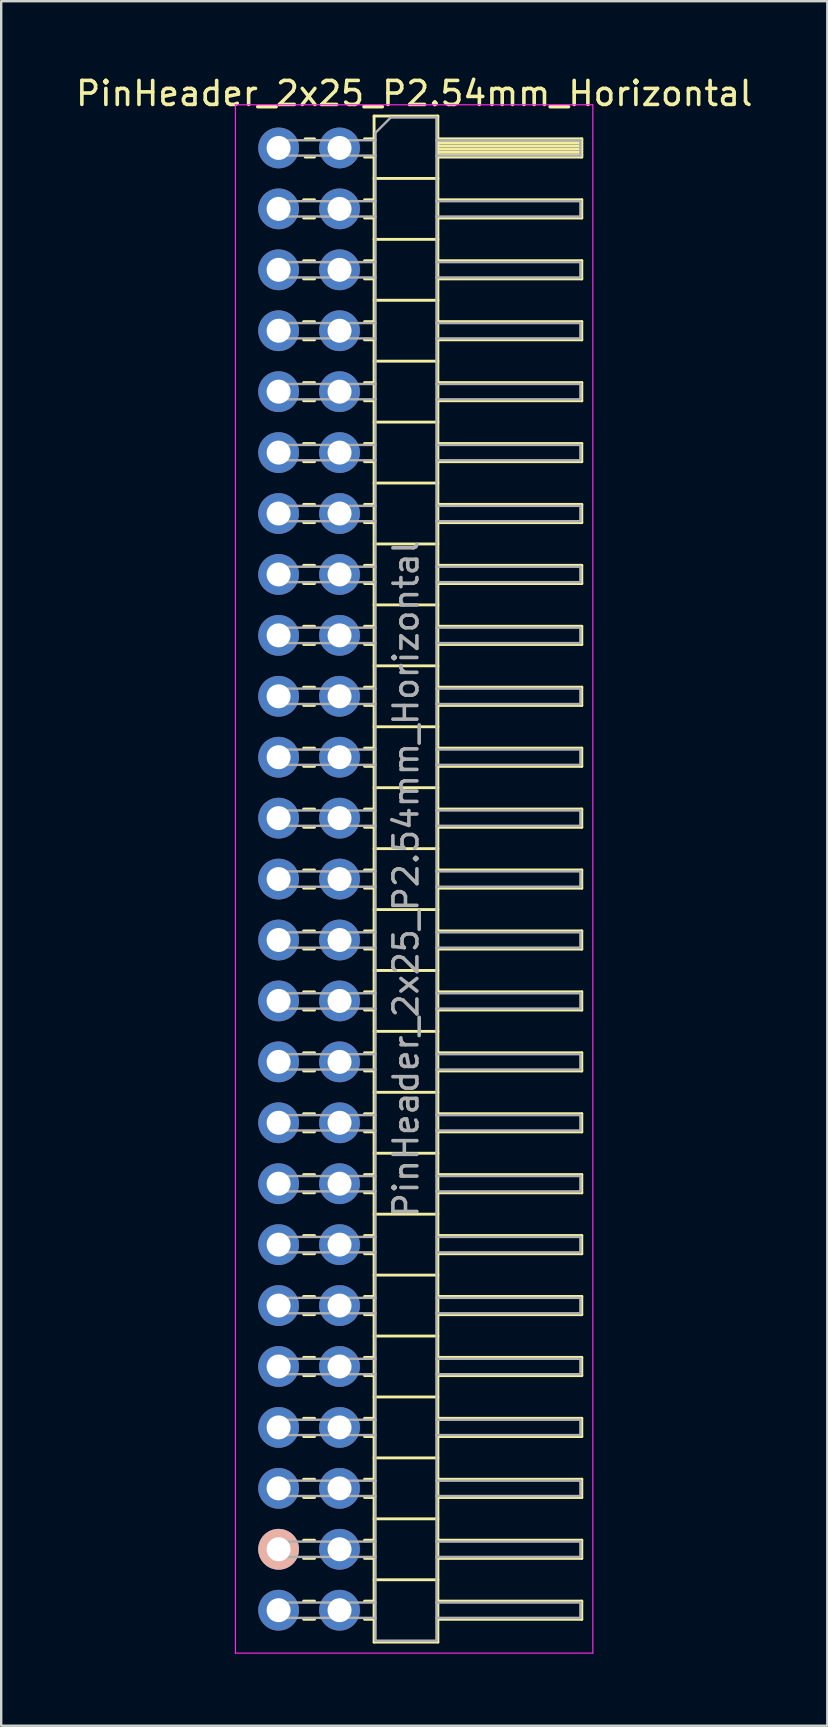
<source format=kicad_pcb>
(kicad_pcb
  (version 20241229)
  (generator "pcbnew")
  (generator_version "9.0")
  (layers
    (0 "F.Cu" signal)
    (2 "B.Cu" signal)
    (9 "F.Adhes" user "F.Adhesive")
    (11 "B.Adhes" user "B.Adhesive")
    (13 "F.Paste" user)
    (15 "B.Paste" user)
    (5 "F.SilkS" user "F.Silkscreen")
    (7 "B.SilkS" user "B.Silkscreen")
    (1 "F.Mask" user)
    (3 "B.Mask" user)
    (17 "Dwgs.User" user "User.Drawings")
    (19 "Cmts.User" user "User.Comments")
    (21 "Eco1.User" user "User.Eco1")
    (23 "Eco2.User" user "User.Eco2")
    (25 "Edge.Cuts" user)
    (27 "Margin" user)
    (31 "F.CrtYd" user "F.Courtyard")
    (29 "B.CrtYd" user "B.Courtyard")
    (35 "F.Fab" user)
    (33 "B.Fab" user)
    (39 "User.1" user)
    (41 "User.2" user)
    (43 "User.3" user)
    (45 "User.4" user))
  (footprint "PinHeader_2x25_P2.54mm_Horizontal"
    (layer "F.Cu")
    (at 8.565 3.118)
    (property "Reference" "PinHeader_2x25_P2.54mm_Horizontal" (at 5.655 -2.27 180) (layer "F.SilkS") (effects (font (size 1 1) (thickness 0.15))))
    (attr through_hole)
    (fp_line (start 1.043 2.16) (end 1.497 2.16) (stroke (width 0.12) (type solid)) (layer "F.SilkS"))
    (fp_line (start 1.043 2.92) (end 1.497 2.92) (stroke (width 0.12) (type solid)) (layer "F.SilkS"))
    (fp_line (start 1.043 4.7) (end 1.497 4.7) (stroke (width 0.12) (type solid)) (layer "F.SilkS"))
    (fp_line (start 1.043 5.46) (end 1.497 5.46) (stroke (width 0.12) (type solid)) (layer "F.SilkS"))
    (fp_line (start 1.043 7.24) (end 1.497 7.24) (stroke (width 0.12) (type solid)) (layer "F.SilkS"))
    (fp_line (start 1.043 8) (end 1.497 8) (stroke (width 0.12) (type solid)) (layer "F.SilkS"))
    (fp_line (start 1.043 9.78) (end 1.497 9.78) (stroke (width 0.12) (type solid)) (layer "F.SilkS"))
    (fp_line (start 1.043 10.54) (end 1.497 10.54) (stroke (width 0.12) (type solid)) (layer "F.SilkS"))
    (fp_line (start 1.043 12.32) (end 1.497 12.32) (stroke (width 0.12) (type solid)) (layer "F.SilkS"))
    (fp_line (start 1.043 13.08) (end 1.497 13.08) (stroke (width 0.12) (type solid)) (layer "F.SilkS"))
    (fp_line (start 1.043 14.86) (end 1.497 14.86) (stroke (width 0.12) (type solid)) (layer "F.SilkS"))
    (fp_line (start 1.043 15.62) (end 1.497 15.62) (stroke (width 0.12) (type solid)) (layer "F.SilkS"))
    (fp_line (start 1.043 17.4) (end 1.497 17.4) (stroke (width 0.12) (type solid)) (layer "F.SilkS"))
    (fp_line (start 1.043 18.16) (end 1.497 18.16) (stroke (width 0.12) (type solid)) (layer "F.SilkS"))
    (fp_line (start 1.043 19.94) (end 1.497 19.94) (stroke (width 0.12) (type solid)) (layer "F.SilkS"))
    (fp_line (start 1.043 20.7) (end 1.497 20.7) (stroke (width 0.12) (type solid)) (layer "F.SilkS"))
    (fp_line (start 1.043 22.48) (end 1.497 22.48) (stroke (width 0.12) (type solid)) (layer "F.SilkS"))
    (fp_line (start 1.043 23.24) (end 1.497 23.24) (stroke (width 0.12) (type solid)) (layer "F.SilkS"))
    (fp_line (start 1.043 25.02) (end 1.497 25.02) (stroke (width 0.12) (type solid)) (layer "F.SilkS"))
    (fp_line (start 1.043 25.78) (end 1.497 25.78) (stroke (width 0.12) (type solid)) (layer "F.SilkS"))
    (fp_line (start 1.043 27.56) (end 1.497 27.56) (stroke (width 0.12) (type solid)) (layer "F.SilkS"))
    (fp_line (start 1.043 28.32) (end 1.497 28.32) (stroke (width 0.12) (type solid)) (layer "F.SilkS"))
    (fp_line (start 1.043 30.1) (end 1.497 30.1) (stroke (width 0.12) (type solid)) (layer "F.SilkS"))
    (fp_line (start 1.043 30.86) (end 1.497 30.86) (stroke (width 0.12) (type solid)) (layer "F.SilkS"))
    (fp_line (start 1.043 32.64) (end 1.497 32.64) (stroke (width 0.12) (type solid)) (layer "F.SilkS"))
    (fp_line (start 1.043 33.4) (end 1.497 33.4) (stroke (width 0.12) (type solid)) (layer "F.SilkS"))
    (fp_line (start 1.043 35.18) (end 1.497 35.18) (stroke (width 0.12) (type solid)) (layer "F.SilkS"))
    (fp_line (start 1.043 35.94) (end 1.497 35.94) (stroke (width 0.12) (type solid)) (layer "F.SilkS"))
    (fp_line (start 1.043 37.72) (end 1.497 37.72) (stroke (width 0.12) (type solid)) (layer "F.SilkS"))
    (fp_line (start 1.043 38.48) (end 1.497 38.48) (stroke (width 0.12) (type solid)) (layer "F.SilkS"))
    (fp_line (start 1.043 40.26) (end 1.497 40.26) (stroke (width 0.12) (type solid)) (layer "F.SilkS"))
    (fp_line (start 1.043 41.02) (end 1.497 41.02) (stroke (width 0.12) (type solid)) (layer "F.SilkS"))
    (fp_line (start 1.043 42.8) (end 1.497 42.8) (stroke (width 0.12) (type solid)) (layer "F.SilkS"))
    (fp_line (start 1.043 43.56) (end 1.497 43.56) (stroke (width 0.12) (type solid)) (layer "F.SilkS"))
    (fp_line (start 1.043 45.34) (end 1.497 45.34) (stroke (width 0.12) (type solid)) (layer "F.SilkS"))
    (fp_line (start 1.043 46.1) (end 1.497 46.1) (stroke (width 0.12) (type solid)) (layer "F.SilkS"))
    (fp_line (start 1.043 47.88) (end 1.497 47.88) (stroke (width 0.12) (type solid)) (layer "F.SilkS"))
    (fp_line (start 1.043 48.64) (end 1.497 48.64) (stroke (width 0.12) (type solid)) (layer "F.SilkS"))
    (fp_line (start 1.043 50.42) (end 1.497 50.42) (stroke (width 0.12) (type solid)) (layer "F.SilkS"))
    (fp_line (start 1.043 51.18) (end 1.497 51.18) (stroke (width 0.12) (type solid)) (layer "F.SilkS"))
    (fp_line (start 1.043 52.96) (end 1.497 52.96) (stroke (width 0.12) (type solid)) (layer "F.SilkS"))
    (fp_line (start 1.043 53.72) (end 1.497 53.72) (stroke (width 0.12) (type solid)) (layer "F.SilkS"))
    (fp_line (start 1.043 55.5) (end 1.497 55.5) (stroke (width 0.12) (type solid)) (layer "F.SilkS"))
    (fp_line (start 1.043 56.26) (end 1.497 56.26) (stroke (width 0.12) (type solid)) (layer "F.SilkS"))
    (fp_line (start 1.043 58.04) (end 1.497 58.04) (stroke (width 0.12) (type solid)) (layer "F.SilkS"))
    (fp_line (start 1.043 58.8) (end 1.497 58.8) (stroke (width 0.12) (type solid)) (layer "F.SilkS"))
    (fp_line (start 1.043 60.58) (end 1.497 60.58) (stroke (width 0.12) (type solid)) (layer "F.SilkS"))
    (fp_line (start 1.043 61.34) (end 1.497 61.34) (stroke (width 0.12) (type solid)) (layer "F.SilkS"))
    (fp_line (start 1.11 -0.38) (end 1.497 -0.38) (stroke (width 0.12) (type solid)) (layer "F.SilkS"))
    (fp_line (start 1.11 0.38) (end 1.497 0.38) (stroke (width 0.12) (type solid)) (layer "F.SilkS"))
    (fp_line (start 3.583 -0.38) (end 3.98 -0.38) (stroke (width 0.12) (type solid)) (layer "F.SilkS"))
    (fp_line (start 3.583 0.38) (end 3.98 0.38) (stroke (width 0.12) (type solid)) (layer "F.SilkS"))
    (fp_line (start 3.583 2.16) (end 3.98 2.16) (stroke (width 0.12) (type solid)) (layer "F.SilkS"))
    (fp_line (start 3.583 2.92) (end 3.98 2.92) (stroke (width 0.12) (type solid)) (layer "F.SilkS"))
    (fp_line (start 3.583 4.7) (end 3.98 4.7) (stroke (width 0.12) (type solid)) (layer "F.SilkS"))
    (fp_line (start 3.583 5.46) (end 3.98 5.46) (stroke (width 0.12) (type solid)) (layer "F.SilkS"))
    (fp_line (start 3.583 7.24) (end 3.98 7.24) (stroke (width 0.12) (type solid)) (layer "F.SilkS"))
    (fp_line (start 3.583 8) (end 3.98 8) (stroke (width 0.12) (type solid)) (layer "F.SilkS"))
    (fp_line (start 3.583 9.78) (end 3.98 9.78) (stroke (width 0.12) (type solid)) (layer "F.SilkS"))
    (fp_line (start 3.583 10.54) (end 3.98 10.54) (stroke (width 0.12) (type solid)) (layer "F.SilkS"))
    (fp_line (start 3.583 12.32) (end 3.98 12.32) (stroke (width 0.12) (type solid)) (layer "F.SilkS"))
    (fp_line (start 3.583 13.08) (end 3.98 13.08) (stroke (width 0.12) (type solid)) (layer "F.SilkS"))
    (fp_line (start 3.583 14.86) (end 3.98 14.86) (stroke (width 0.12) (type solid)) (layer "F.SilkS"))
    (fp_line (start 3.583 15.62) (end 3.98 15.62) (stroke (width 0.12) (type solid)) (layer "F.SilkS"))
    (fp_line (start 3.583 17.4) (end 3.98 17.4) (stroke (width 0.12) (type solid)) (layer "F.SilkS"))
    (fp_line (start 3.583 18.16) (end 3.98 18.16) (stroke (width 0.12) (type solid)) (layer "F.SilkS"))
    (fp_line (start 3.583 19.94) (end 3.98 19.94) (stroke (width 0.12) (type solid)) (layer "F.SilkS"))
    (fp_line (start 3.583 20.7) (end 3.98 20.7) (stroke (width 0.12) (type solid)) (layer "F.SilkS"))
    (fp_line (start 3.583 22.48) (end 3.98 22.48) (stroke (width 0.12) (type solid)) (layer "F.SilkS"))
    (fp_line (start 3.583 23.24) (end 3.98 23.24) (stroke (width 0.12) (type solid)) (layer "F.SilkS"))
    (fp_line (start 3.583 25.02) (end 3.98 25.02) (stroke (width 0.12) (type solid)) (layer "F.SilkS"))
    (fp_line (start 3.583 25.78) (end 3.98 25.78) (stroke (width 0.12) (type solid)) (layer "F.SilkS"))
    (fp_line (start 3.583 27.56) (end 3.98 27.56) (stroke (width 0.12) (type solid)) (layer "F.SilkS"))
    (fp_line (start 3.583 28.32) (end 3.98 28.32) (stroke (width 0.12) (type solid)) (layer "F.SilkS"))
    (fp_line (start 3.583 30.1) (end 3.98 30.1) (stroke (width 0.12) (type solid)) (layer "F.SilkS"))
    (fp_line (start 3.583 30.86) (end 3.98 30.86) (stroke (width 0.12) (type solid)) (layer "F.SilkS"))
    (fp_line (start 3.583 32.64) (end 3.98 32.64) (stroke (width 0.12) (type solid)) (layer "F.SilkS"))
    (fp_line (start 3.583 33.4) (end 3.98 33.4) (stroke (width 0.12) (type solid)) (layer "F.SilkS"))
    (fp_line (start 3.583 35.18) (end 3.98 35.18) (stroke (width 0.12) (type solid)) (layer "F.SilkS"))
    (fp_line (start 3.583 35.94) (end 3.98 35.94) (stroke (width 0.12) (type solid)) (layer "F.SilkS"))
    (fp_line (start 3.583 37.72) (end 3.98 37.72) (stroke (width 0.12) (type solid)) (layer "F.SilkS"))
    (fp_line (start 3.583 38.48) (end 3.98 38.48) (stroke (width 0.12) (type solid)) (layer "F.SilkS"))
    (fp_line (start 3.583 40.26) (end 3.98 40.26) (stroke (width 0.12) (type solid)) (layer "F.SilkS"))
    (fp_line (start 3.583 41.02) (end 3.98 41.02) (stroke (width 0.12) (type solid)) (layer "F.SilkS"))
    (fp_line (start 3.583 42.8) (end 3.98 42.8) (stroke (width 0.12) (type solid)) (layer "F.SilkS"))
    (fp_line (start 3.583 43.56) (end 3.98 43.56) (stroke (width 0.12) (type solid)) (layer "F.SilkS"))
    (fp_line (start 3.583 45.34) (end 3.98 45.34) (stroke (width 0.12) (type solid)) (layer "F.SilkS"))
    (fp_line (start 3.583 46.1) (end 3.98 46.1) (stroke (width 0.12) (type solid)) (layer "F.SilkS"))
    (fp_line (start 3.583 47.88) (end 3.98 47.88) (stroke (width 0.12) (type solid)) (layer "F.SilkS"))
    (fp_line (start 3.583 48.64) (end 3.98 48.64) (stroke (width 0.12) (type solid)) (layer "F.SilkS"))
    (fp_line (start 3.583 50.42) (end 3.98 50.42) (stroke (width 0.12) (type solid)) (layer "F.SilkS"))
    (fp_line (start 3.583 51.18) (end 3.98 51.18) (stroke (width 0.12) (type solid)) (layer "F.SilkS"))
    (fp_line (start 3.583 52.96) (end 3.98 52.96) (stroke (width 0.12) (type solid)) (layer "F.SilkS"))
    (fp_line (start 3.583 53.72) (end 3.98 53.72) (stroke (width 0.12) (type solid)) (layer "F.SilkS"))
    (fp_line (start 3.583 55.5) (end 3.98 55.5) (stroke (width 0.12) (type solid)) (layer "F.SilkS"))
    (fp_line (start 3.583 56.26) (end 3.98 56.26) (stroke (width 0.12) (type solid)) (layer "F.SilkS"))
    (fp_line (start 3.583 58.04) (end 3.98 58.04) (stroke (width 0.12) (type solid)) (layer "F.SilkS"))
    (fp_line (start 3.583 58.8) (end 3.98 58.8) (stroke (width 0.12) (type solid)) (layer "F.SilkS"))
    (fp_line (start 3.583 60.58) (end 3.98 60.58) (stroke (width 0.12) (type solid)) (layer "F.SilkS"))
    (fp_line (start 3.583 61.34) (end 3.98 61.34) (stroke (width 0.12) (type solid)) (layer "F.SilkS"))
    (fp_line (start 3.98 -1.33) (end 3.98 62.29) (stroke (width 0.12) (type solid)) (layer "F.SilkS"))
    (fp_line (start 3.98 1.27) (end 6.64 1.27) (stroke (width 0.12) (type solid)) (layer "F.SilkS"))
    (fp_line (start 3.98 3.81) (end 6.64 3.81) (stroke (width 0.12) (type solid)) (layer "F.SilkS"))
    (fp_line (start 3.98 6.35) (end 6.64 6.35) (stroke (width 0.12) (type solid)) (layer "F.SilkS"))
    (fp_line (start 3.98 8.89) (end 6.64 8.89) (stroke (width 0.12) (type solid)) (layer "F.SilkS"))
    (fp_line (start 3.98 11.43) (end 6.64 11.43) (stroke (width 0.12) (type solid)) (layer "F.SilkS"))
    (fp_line (start 3.98 13.97) (end 6.64 13.97) (stroke (width 0.12) (type solid)) (layer "F.SilkS"))
    (fp_line (start 3.98 16.51) (end 6.64 16.51) (stroke (width 0.12) (type solid)) (layer "F.SilkS"))
    (fp_line (start 3.98 19.05) (end 6.64 19.05) (stroke (width 0.12) (type solid)) (layer "F.SilkS"))
    (fp_line (start 3.98 21.59) (end 6.64 21.59) (stroke (width 0.12) (type solid)) (layer "F.SilkS"))
    (fp_line (start 3.98 24.13) (end 6.64 24.13) (stroke (width 0.12) (type solid)) (layer "F.SilkS"))
    (fp_line (start 3.98 26.67) (end 6.64 26.67) (stroke (width 0.12) (type solid)) (layer "F.SilkS"))
    (fp_line (start 3.98 29.21) (end 6.64 29.21) (stroke (width 0.12) (type solid)) (layer "F.SilkS"))
    (fp_line (start 3.98 31.75) (end 6.64 31.75) (stroke (width 0.12) (type solid)) (layer "F.SilkS"))
    (fp_line (start 3.98 34.29) (end 6.64 34.29) (stroke (width 0.12) (type solid)) (layer "F.SilkS"))
    (fp_line (start 3.98 36.83) (end 6.64 36.83) (stroke (width 0.12) (type solid)) (layer "F.SilkS"))
    (fp_line (start 3.98 39.37) (end 6.64 39.37) (stroke (width 0.12) (type solid)) (layer "F.SilkS"))
    (fp_line (start 3.98 41.91) (end 6.64 41.91) (stroke (width 0.12) (type solid)) (layer "F.SilkS"))
    (fp_line (start 3.98 44.45) (end 6.64 44.45) (stroke (width 0.12) (type solid)) (layer "F.SilkS"))
    (fp_line (start 3.98 46.99) (end 6.64 46.99) (stroke (width 0.12) (type solid)) (layer "F.SilkS"))
    (fp_line (start 3.98 49.53) (end 6.64 49.53) (stroke (width 0.12) (type solid)) (layer "F.SilkS"))
    (fp_line (start 3.98 52.07) (end 6.64 52.07) (stroke (width 0.12) (type solid)) (layer "F.SilkS"))
    (fp_line (start 3.98 54.61) (end 6.64 54.61) (stroke (width 0.12) (type solid)) (layer "F.SilkS"))
    (fp_line (start 3.98 57.15) (end 6.64 57.15) (stroke (width 0.12) (type solid)) (layer "F.SilkS"))
    (fp_line (start 3.98 59.69) (end 6.64 59.69) (stroke (width 0.12) (type solid)) (layer "F.SilkS"))
    (fp_line (start 3.98 62.29) (end 6.64 62.29) (stroke (width 0.12) (type solid)) (layer "F.SilkS"))
    (fp_line (start 6.64 -1.33) (end 3.98 -1.33) (stroke (width 0.12) (type solid)) (layer "F.SilkS"))
    (fp_line (start 6.64 -0.38) (end 12.64 -0.38) (stroke (width 0.12) (type solid)) (layer "F.SilkS"))
    (fp_line (start 6.64 -0.32) (end 12.64 -0.32) (stroke (width 0.12) (type solid)) (layer "F.SilkS"))
    (fp_line (start 6.64 -0.2) (end 12.64 -0.2) (stroke (width 0.12) (type solid)) (layer "F.SilkS"))
    (fp_line (start 6.64 -0.08) (end 12.64 -0.08) (stroke (width 0.12) (type solid)) (layer "F.SilkS"))
    (fp_line (start 6.64 0.04) (end 12.64 0.04) (stroke (width 0.12) (type solid)) (layer "F.SilkS"))
    (fp_line (start 6.64 0.16) (end 12.64 0.16) (stroke (width 0.12) (type solid)) (layer "F.SilkS"))
    (fp_line (start 6.64 0.28) (end 12.64 0.28) (stroke (width 0.12) (type solid)) (layer "F.SilkS"))
    (fp_line (start 6.64 2.16) (end 12.64 2.16) (stroke (width 0.12) (type solid)) (layer "F.SilkS"))
    (fp_line (start 6.64 4.7) (end 12.64 4.7) (stroke (width 0.12) (type solid)) (layer "F.SilkS"))
    (fp_line (start 6.64 7.24) (end 12.64 7.24) (stroke (width 0.12) (type solid)) (layer "F.SilkS"))
    (fp_line (start 6.64 9.78) (end 12.64 9.78) (stroke (width 0.12) (type solid)) (layer "F.SilkS"))
    (fp_line (start 6.64 12.32) (end 12.64 12.32) (stroke (width 0.12) (type solid)) (layer "F.SilkS"))
    (fp_line (start 6.64 14.86) (end 12.64 14.86) (stroke (width 0.12) (type solid)) (layer "F.SilkS"))
    (fp_line (start 6.64 17.4) (end 12.64 17.4) (stroke (width 0.12) (type solid)) (layer "F.SilkS"))
    (fp_line (start 6.64 19.94) (end 12.64 19.94) (stroke (width 0.12) (type solid)) (layer "F.SilkS"))
    (fp_line (start 6.64 22.48) (end 12.64 22.48) (stroke (width 0.12) (type solid)) (layer "F.SilkS"))
    (fp_line (start 6.64 25.02) (end 12.64 25.02) (stroke (width 0.12) (type solid)) (layer "F.SilkS"))
    (fp_line (start 6.64 27.56) (end 12.64 27.56) (stroke (width 0.12) (type solid)) (layer "F.SilkS"))
    (fp_line (start 6.64 30.1) (end 12.64 30.1) (stroke (width 0.12) (type solid)) (layer "F.SilkS"))
    (fp_line (start 6.64 32.64) (end 12.64 32.64) (stroke (width 0.12) (type solid)) (layer "F.SilkS"))
    (fp_line (start 6.64 35.18) (end 12.64 35.18) (stroke (width 0.12) (type solid)) (layer "F.SilkS"))
    (fp_line (start 6.64 37.72) (end 12.64 37.72) (stroke (width 0.12) (type solid)) (layer "F.SilkS"))
    (fp_line (start 6.64 40.26) (end 12.64 40.26) (stroke (width 0.12) (type solid)) (layer "F.SilkS"))
    (fp_line (start 6.64 42.8) (end 12.64 42.8) (stroke (width 0.12) (type solid)) (layer "F.SilkS"))
    (fp_line (start 6.64 45.34) (end 12.64 45.34) (stroke (width 0.12) (type solid)) (layer "F.SilkS"))
    (fp_line (start 6.64 47.88) (end 12.64 47.88) (stroke (width 0.12) (type solid)) (layer "F.SilkS"))
    (fp_line (start 6.64 50.42) (end 12.64 50.42) (stroke (width 0.12) (type solid)) (layer "F.SilkS"))
    (fp_line (start 6.64 52.96) (end 12.64 52.96) (stroke (width 0.12) (type solid)) (layer "F.SilkS"))
    (fp_line (start 6.64 55.5) (end 12.64 55.5) (stroke (width 0.12) (type solid)) (layer "F.SilkS"))
    (fp_line (start 6.64 58.04) (end 12.64 58.04) (stroke (width 0.12) (type solid)) (layer "F.SilkS"))
    (fp_line (start 6.64 60.58) (end 12.64 60.58) (stroke (width 0.12) (type solid)) (layer "F.SilkS"))
    (fp_line (start 6.64 62.29) (end 6.64 -1.33) (stroke (width 0.12) (type solid)) (layer "F.SilkS"))
    (fp_line (start 12.64 -0.38) (end 12.64 0.38) (stroke (width 0.12) (type solid)) (layer "F.SilkS"))
    (fp_line (start 12.64 0.38) (end 6.64 0.38) (stroke (width 0.12) (type solid)) (layer "F.SilkS"))
    (fp_line (start 12.64 2.16) (end 12.64 2.92) (stroke (width 0.12) (type solid)) (layer "F.SilkS"))
    (fp_line (start 12.64 2.92) (end 6.64 2.92) (stroke (width 0.12) (type solid)) (layer "F.SilkS"))
    (fp_line (start 12.64 4.7) (end 12.64 5.46) (stroke (width 0.12) (type solid)) (layer "F.SilkS"))
    (fp_line (start 12.64 5.46) (end 6.64 5.46) (stroke (width 0.12) (type solid)) (layer "F.SilkS"))
    (fp_line (start 12.64 7.24) (end 12.64 8) (stroke (width 0.12) (type solid)) (layer "F.SilkS"))
    (fp_line (start 12.64 8) (end 6.64 8) (stroke (width 0.12) (type solid)) (layer "F.SilkS"))
    (fp_line (start 12.64 9.78) (end 12.64 10.54) (stroke (width 0.12) (type solid)) (layer "F.SilkS"))
    (fp_line (start 12.64 10.54) (end 6.64 10.54) (stroke (width 0.12) (type solid)) (layer "F.SilkS"))
    (fp_line (start 12.64 12.32) (end 12.64 13.08) (stroke (width 0.12) (type solid)) (layer "F.SilkS"))
    (fp_line (start 12.64 13.08) (end 6.64 13.08) (stroke (width 0.12) (type solid)) (layer "F.SilkS"))
    (fp_line (start 12.64 14.86) (end 12.64 15.62) (stroke (width 0.12) (type solid)) (layer "F.SilkS"))
    (fp_line (start 12.64 15.62) (end 6.64 15.62) (stroke (width 0.12) (type solid)) (layer "F.SilkS"))
    (fp_line (start 12.64 17.4) (end 12.64 18.16) (stroke (width 0.12) (type solid)) (layer "F.SilkS"))
    (fp_line (start 12.64 18.16) (end 6.64 18.16) (stroke (width 0.12) (type solid)) (layer "F.SilkS"))
    (fp_line (start 12.64 19.94) (end 12.64 20.7) (stroke (width 0.12) (type solid)) (layer "F.SilkS"))
    (fp_line (start 12.64 20.7) (end 6.64 20.7) (stroke (width 0.12) (type solid)) (layer "F.SilkS"))
    (fp_line (start 12.64 22.48) (end 12.64 23.24) (stroke (width 0.12) (type solid)) (layer "F.SilkS"))
    (fp_line (start 12.64 23.24) (end 6.64 23.24) (stroke (width 0.12) (type solid)) (layer "F.SilkS"))
    (fp_line (start 12.64 25.02) (end 12.64 25.78) (stroke (width 0.12) (type solid)) (layer "F.SilkS"))
    (fp_line (start 12.64 25.78) (end 6.64 25.78) (stroke (width 0.12) (type solid)) (layer "F.SilkS"))
    (fp_line (start 12.64 27.56) (end 12.64 28.32) (stroke (width 0.12) (type solid)) (layer "F.SilkS"))
    (fp_line (start 12.64 28.32) (end 6.64 28.32) (stroke (width 0.12) (type solid)) (layer "F.SilkS"))
    (fp_line (start 12.64 30.1) (end 12.64 30.86) (stroke (width 0.12) (type solid)) (layer "F.SilkS"))
    (fp_line (start 12.64 30.86) (end 6.64 30.86) (stroke (width 0.12) (type solid)) (layer "F.SilkS"))
    (fp_line (start 12.64 32.64) (end 12.64 33.4) (stroke (width 0.12) (type solid)) (layer "F.SilkS"))
    (fp_line (start 12.64 33.4) (end 6.64 33.4) (stroke (width 0.12) (type solid)) (layer "F.SilkS"))
    (fp_line (start 12.64 35.18) (end 12.64 35.94) (stroke (width 0.12) (type solid)) (layer "F.SilkS"))
    (fp_line (start 12.64 35.94) (end 6.64 35.94) (stroke (width 0.12) (type solid)) (layer "F.SilkS"))
    (fp_line (start 12.64 37.72) (end 12.64 38.48) (stroke (width 0.12) (type solid)) (layer "F.SilkS"))
    (fp_line (start 12.64 38.48) (end 6.64 38.48) (stroke (width 0.12) (type solid)) (layer "F.SilkS"))
    (fp_line (start 12.64 40.26) (end 12.64 41.02) (stroke (width 0.12) (type solid)) (layer "F.SilkS"))
    (fp_line (start 12.64 41.02) (end 6.64 41.02) (stroke (width 0.12) (type solid)) (layer "F.SilkS"))
    (fp_line (start 12.64 42.8) (end 12.64 43.56) (stroke (width 0.12) (type solid)) (layer "F.SilkS"))
    (fp_line (start 12.64 43.56) (end 6.64 43.56) (stroke (width 0.12) (type solid)) (layer "F.SilkS"))
    (fp_line (start 12.64 45.34) (end 12.64 46.1) (stroke (width 0.12) (type solid)) (layer "F.SilkS"))
    (fp_line (start 12.64 46.1) (end 6.64 46.1) (stroke (width 0.12) (type solid)) (layer "F.SilkS"))
    (fp_line (start 12.64 47.88) (end 12.64 48.64) (stroke (width 0.12) (type solid)) (layer "F.SilkS"))
    (fp_line (start 12.64 48.64) (end 6.64 48.64) (stroke (width 0.12) (type solid)) (layer "F.SilkS"))
    (fp_line (start 12.64 50.42) (end 12.64 51.18) (stroke (width 0.12) (type solid)) (layer "F.SilkS"))
    (fp_line (start 12.64 51.18) (end 6.64 51.18) (stroke (width 0.12) (type solid)) (layer "F.SilkS"))
    (fp_line (start 12.64 52.96) (end 12.64 53.72) (stroke (width 0.12) (type solid)) (layer "F.SilkS"))
    (fp_line (start 12.64 53.72) (end 6.64 53.72) (stroke (width 0.12) (type solid)) (layer "F.SilkS"))
    (fp_line (start 12.64 55.5) (end 12.64 56.26) (stroke (width 0.12) (type solid)) (layer "F.SilkS"))
    (fp_line (start 12.64 56.26) (end 6.64 56.26) (stroke (width 0.12) (type solid)) (layer "F.SilkS"))
    (fp_line (start 12.64 58.04) (end 12.64 58.8) (stroke (width 0.12) (type solid)) (layer "F.SilkS"))
    (fp_line (start 12.64 58.8) (end 6.64 58.8) (stroke (width 0.12) (type solid)) (layer "F.SilkS"))
    (fp_line (start 12.64 60.58) (end 12.64 61.34) (stroke (width 0.12) (type solid)) (layer "F.SilkS"))
    (fp_line (start 12.64 61.34) (end 6.64 61.34) (stroke (width 0.12) (type solid)) (layer "F.SilkS"))
    (fp_line (start -1.8 -1.8) (end -1.8 62.75) (stroke (width 0.05) (type solid)) (layer "F.CrtYd"))
    (fp_line (start -1.8 62.75) (end 13.1 62.75) (stroke (width 0.05) (type solid)) (layer "F.CrtYd"))
    (fp_line (start 13.1 -1.8) (end -1.8 -1.8) (stroke (width 0.05) (type solid)) (layer "F.CrtYd"))
    (fp_line (start 13.1 62.75) (end 13.1 -1.8) (stroke (width 0.05) (type solid)) (layer "F.CrtYd"))
    (fp_line (start -0.32 -0.32) (end -0.32 0.32) (stroke (width 0.1) (type solid)) (layer "F.Fab"))
    (fp_line (start -0.32 -0.32) (end 4.04 -0.32) (stroke (width 0.1) (type solid)) (layer "F.Fab"))
    (fp_line (start -0.32 0.32) (end 4.04 0.32) (stroke (width 0.1) (type solid)) (layer "F.Fab"))
    (fp_line (start -0.32 2.22) (end -0.32 2.86) (stroke (width 0.1) (type solid)) (layer "F.Fab"))
    (fp_line (start -0.32 2.22) (end 4.04 2.22) (stroke (width 0.1) (type solid)) (layer "F.Fab"))
    (fp_line (start -0.32 2.86) (end 4.04 2.86) (stroke (width 0.1) (type solid)) (layer "F.Fab"))
    (fp_line (start -0.32 4.76) (end -0.32 5.4) (stroke (width 0.1) (type solid)) (layer "F.Fab"))
    (fp_line (start -0.32 4.76) (end 4.04 4.76) (stroke (width 0.1) (type solid)) (layer "F.Fab"))
    (fp_line (start -0.32 5.4) (end 4.04 5.4) (stroke (width 0.1) (type solid)) (layer "F.Fab"))
    (fp_line (start -0.32 7.3) (end -0.32 7.94) (stroke (width 0.1) (type solid)) (layer "F.Fab"))
    (fp_line (start -0.32 7.3) (end 4.04 7.3) (stroke (width 0.1) (type solid)) (layer "F.Fab"))
    (fp_line (start -0.32 7.94) (end 4.04 7.94) (stroke (width 0.1) (type solid)) (layer "F.Fab"))
    (fp_line (start -0.32 9.84) (end -0.32 10.48) (stroke (width 0.1) (type solid)) (layer "F.Fab"))
    (fp_line (start -0.32 9.84) (end 4.04 9.84) (stroke (width 0.1) (type solid)) (layer "F.Fab"))
    (fp_line (start -0.32 10.48) (end 4.04 10.48) (stroke (width 0.1) (type solid)) (layer "F.Fab"))
    (fp_line (start -0.32 12.38) (end -0.32 13.02) (stroke (width 0.1) (type solid)) (layer "F.Fab"))
    (fp_line (start -0.32 12.38) (end 4.04 12.38) (stroke (width 0.1) (type solid)) (layer "F.Fab"))
    (fp_line (start -0.32 13.02) (end 4.04 13.02) (stroke (width 0.1) (type solid)) (layer "F.Fab"))
    (fp_line (start -0.32 14.92) (end -0.32 15.56) (stroke (width 0.1) (type solid)) (layer "F.Fab"))
    (fp_line (start -0.32 14.92) (end 4.04 14.92) (stroke (width 0.1) (type solid)) (layer "F.Fab"))
    (fp_line (start -0.32 15.56) (end 4.04 15.56) (stroke (width 0.1) (type solid)) (layer "F.Fab"))
    (fp_line (start -0.32 17.46) (end -0.32 18.1) (stroke (width 0.1) (type solid)) (layer "F.Fab"))
    (fp_line (start -0.32 17.46) (end 4.04 17.46) (stroke (width 0.1) (type solid)) (layer "F.Fab"))
    (fp_line (start -0.32 18.1) (end 4.04 18.1) (stroke (width 0.1) (type solid)) (layer "F.Fab"))
    (fp_line (start -0.32 20) (end -0.32 20.64) (stroke (width 0.1) (type solid)) (layer "F.Fab"))
    (fp_line (start -0.32 20) (end 4.04 20) (stroke (width 0.1) (type solid)) (layer "F.Fab"))
    (fp_line (start -0.32 20.64) (end 4.04 20.64) (stroke (width 0.1) (type solid)) (layer "F.Fab"))
    (fp_line (start -0.32 22.54) (end -0.32 23.18) (stroke (width 0.1) (type solid)) (layer "F.Fab"))
    (fp_line (start -0.32 22.54) (end 4.04 22.54) (stroke (width 0.1) (type solid)) (layer "F.Fab"))
    (fp_line (start -0.32 23.18) (end 4.04 23.18) (stroke (width 0.1) (type solid)) (layer "F.Fab"))
    (fp_line (start -0.32 25.08) (end -0.32 25.72) (stroke (width 0.1) (type solid)) (layer "F.Fab"))
    (fp_line (start -0.32 25.08) (end 4.04 25.08) (stroke (width 0.1) (type solid)) (layer "F.Fab"))
    (fp_line (start -0.32 25.72) (end 4.04 25.72) (stroke (width 0.1) (type solid)) (layer "F.Fab"))
    (fp_line (start -0.32 27.62) (end -0.32 28.26) (stroke (width 0.1) (type solid)) (layer "F.Fab"))
    (fp_line (start -0.32 27.62) (end 4.04 27.62) (stroke (width 0.1) (type solid)) (layer "F.Fab"))
    (fp_line (start -0.32 28.26) (end 4.04 28.26) (stroke (width 0.1) (type solid)) (layer "F.Fab"))
    (fp_line (start -0.32 30.16) (end -0.32 30.8) (stroke (width 0.1) (type solid)) (layer "F.Fab"))
    (fp_line (start -0.32 30.16) (end 4.04 30.16) (stroke (width 0.1) (type solid)) (layer "F.Fab"))
    (fp_line (start -0.32 30.8) (end 4.04 30.8) (stroke (width 0.1) (type solid)) (layer "F.Fab"))
    (fp_line (start -0.32 32.7) (end -0.32 33.34) (stroke (width 0.1) (type solid)) (layer "F.Fab"))
    (fp_line (start -0.32 32.7) (end 4.04 32.7) (stroke (width 0.1) (type solid)) (layer "F.Fab"))
    (fp_line (start -0.32 33.34) (end 4.04 33.34) (stroke (width 0.1) (type solid)) (layer "F.Fab"))
    (fp_line (start -0.32 35.24) (end -0.32 35.88) (stroke (width 0.1) (type solid)) (layer "F.Fab"))
    (fp_line (start -0.32 35.24) (end 4.04 35.24) (stroke (width 0.1) (type solid)) (layer "F.Fab"))
    (fp_line (start -0.32 35.88) (end 4.04 35.88) (stroke (width 0.1) (type solid)) (layer "F.Fab"))
    (fp_line (start -0.32 37.78) (end -0.32 38.42) (stroke (width 0.1) (type solid)) (layer "F.Fab"))
    (fp_line (start -0.32 37.78) (end 4.04 37.78) (stroke (width 0.1) (type solid)) (layer "F.Fab"))
    (fp_line (start -0.32 38.42) (end 4.04 38.42) (stroke (width 0.1) (type solid)) (layer "F.Fab"))
    (fp_line (start -0.32 40.32) (end -0.32 40.96) (stroke (width 0.1) (type solid)) (layer "F.Fab"))
    (fp_line (start -0.32 40.32) (end 4.04 40.32) (stroke (width 0.1) (type solid)) (layer "F.Fab"))
    (fp_line (start -0.32 40.96) (end 4.04 40.96) (stroke (width 0.1) (type solid)) (layer "F.Fab"))
    (fp_line (start -0.32 42.86) (end -0.32 43.5) (stroke (width 0.1) (type solid)) (layer "F.Fab"))
    (fp_line (start -0.32 42.86) (end 4.04 42.86) (stroke (width 0.1) (type solid)) (layer "F.Fab"))
    (fp_line (start -0.32 43.5) (end 4.04 43.5) (stroke (width 0.1) (type solid)) (layer "F.Fab"))
    (fp_line (start -0.32 45.4) (end -0.32 46.04) (stroke (width 0.1) (type solid)) (layer "F.Fab"))
    (fp_line (start -0.32 45.4) (end 4.04 45.4) (stroke (width 0.1) (type solid)) (layer "F.Fab"))
    (fp_line (start -0.32 46.04) (end 4.04 46.04) (stroke (width 0.1) (type solid)) (layer "F.Fab"))
    (fp_line (start -0.32 47.94) (end -0.32 48.58) (stroke (width 0.1) (type solid)) (layer "F.Fab"))
    (fp_line (start -0.32 47.94) (end 4.04 47.94) (stroke (width 0.1) (type solid)) (layer "F.Fab"))
    (fp_line (start -0.32 48.58) (end 4.04 48.58) (stroke (width 0.1) (type solid)) (layer "F.Fab"))
    (fp_line (start -0.32 50.48) (end -0.32 51.12) (stroke (width 0.1) (type solid)) (layer "F.Fab"))
    (fp_line (start -0.32 50.48) (end 4.04 50.48) (stroke (width 0.1) (type solid)) (layer "F.Fab"))
    (fp_line (start -0.32 51.12) (end 4.04 51.12) (stroke (width 0.1) (type solid)) (layer "F.Fab"))
    (fp_line (start -0.32 53.02) (end -0.32 53.66) (stroke (width 0.1) (type solid)) (layer "F.Fab"))
    (fp_line (start -0.32 53.02) (end 4.04 53.02) (stroke (width 0.1) (type solid)) (layer "F.Fab"))
    (fp_line (start -0.32 53.66) (end 4.04 53.66) (stroke (width 0.1) (type solid)) (layer "F.Fab"))
    (fp_line (start -0.32 55.56) (end -0.32 56.2) (stroke (width 0.1) (type solid)) (layer "F.Fab"))
    (fp_line (start -0.32 55.56) (end 4.04 55.56) (stroke (width 0.1) (type solid)) (layer "F.Fab"))
    (fp_line (start -0.32 56.2) (end 4.04 56.2) (stroke (width 0.1) (type solid)) (layer "F.Fab"))
    (fp_line (start -0.32 58.1) (end -0.32 58.74) (stroke (width 0.1) (type solid)) (layer "F.Fab"))
    (fp_line (start -0.32 58.1) (end 4.04 58.1) (stroke (width 0.1) (type solid)) (layer "F.Fab"))
    (fp_line (start -0.32 58.74) (end 4.04 58.74) (stroke (width 0.1) (type solid)) (layer "F.Fab"))
    (fp_line (start -0.32 60.64) (end -0.32 61.28) (stroke (width 0.1) (type solid)) (layer "F.Fab"))
    (fp_line (start -0.32 60.64) (end 4.04 60.64) (stroke (width 0.1) (type solid)) (layer "F.Fab"))
    (fp_line (start -0.32 61.28) (end 4.04 61.28) (stroke (width 0.1) (type solid)) (layer "F.Fab"))
    (fp_line (start 4.04 -0.635) (end 4.675 -1.27) (stroke (width 0.1) (type solid)) (layer "F.Fab"))
    (fp_line (start 4.04 62.23) (end 4.04 -0.635) (stroke (width 0.1) (type solid)) (layer "F.Fab"))
    (fp_line (start 4.675 -1.27) (end 6.58 -1.27) (stroke (width 0.1) (type solid)) (layer "F.Fab"))
    (fp_line (start 6.58 -1.27) (end 6.58 62.23) (stroke (width 0.1) (type solid)) (layer "F.Fab"))
    (fp_line (start 6.58 -0.32) (end 12.58 -0.32) (stroke (width 0.1) (type solid)) (layer "F.Fab"))
    (fp_line (start 6.58 0.32) (end 12.58 0.32) (stroke (width 0.1) (type solid)) (layer "F.Fab"))
    (fp_line (start 6.58 2.22) (end 12.58 2.22) (stroke (width 0.1) (type solid)) (layer "F.Fab"))
    (fp_line (start 6.58 2.86) (end 12.58 2.86) (stroke (width 0.1) (type solid)) (layer "F.Fab"))
    (fp_line (start 6.58 4.76) (end 12.58 4.76) (stroke (width 0.1) (type solid)) (layer "F.Fab"))
    (fp_line (start 6.58 5.4) (end 12.58 5.4) (stroke (width 0.1) (type solid)) (layer "F.Fab"))
    (fp_line (start 6.58 7.3) (end 12.58 7.3) (stroke (width 0.1) (type solid)) (layer "F.Fab"))
    (fp_line (start 6.58 7.94) (end 12.58 7.94) (stroke (width 0.1) (type solid)) (layer "F.Fab"))
    (fp_line (start 6.58 9.84) (end 12.58 9.84) (stroke (width 0.1) (type solid)) (layer "F.Fab"))
    (fp_line (start 6.58 10.48) (end 12.58 10.48) (stroke (width 0.1) (type solid)) (layer "F.Fab"))
    (fp_line (start 6.58 12.38) (end 12.58 12.38) (stroke (width 0.1) (type solid)) (layer "F.Fab"))
    (fp_line (start 6.58 13.02) (end 12.58 13.02) (stroke (width 0.1) (type solid)) (layer "F.Fab"))
    (fp_line (start 6.58 14.92) (end 12.58 14.92) (stroke (width 0.1) (type solid)) (layer "F.Fab"))
    (fp_line (start 6.58 15.56) (end 12.58 15.56) (stroke (width 0.1) (type solid)) (layer "F.Fab"))
    (fp_line (start 6.58 17.46) (end 12.58 17.46) (stroke (width 0.1) (type solid)) (layer "F.Fab"))
    (fp_line (start 6.58 18.1) (end 12.58 18.1) (stroke (width 0.1) (type solid)) (layer "F.Fab"))
    (fp_line (start 6.58 20) (end 12.58 20) (stroke (width 0.1) (type solid)) (layer "F.Fab"))
    (fp_line (start 6.58 20.64) (end 12.58 20.64) (stroke (width 0.1) (type solid)) (layer "F.Fab"))
    (fp_line (start 6.58 22.54) (end 12.58 22.54) (stroke (width 0.1) (type solid)) (layer "F.Fab"))
    (fp_line (start 6.58 23.18) (end 12.58 23.18) (stroke (width 0.1) (type solid)) (layer "F.Fab"))
    (fp_line (start 6.58 25.08) (end 12.58 25.08) (stroke (width 0.1) (type solid)) (layer "F.Fab"))
    (fp_line (start 6.58 25.72) (end 12.58 25.72) (stroke (width 0.1) (type solid)) (layer "F.Fab"))
    (fp_line (start 6.58 27.62) (end 12.58 27.62) (stroke (width 0.1) (type solid)) (layer "F.Fab"))
    (fp_line (start 6.58 28.26) (end 12.58 28.26) (stroke (width 0.1) (type solid)) (layer "F.Fab"))
    (fp_line (start 6.58 30.16) (end 12.58 30.16) (stroke (width 0.1) (type solid)) (layer "F.Fab"))
    (fp_line (start 6.58 30.8) (end 12.58 30.8) (stroke (width 0.1) (type solid)) (layer "F.Fab"))
    (fp_line (start 6.58 32.7) (end 12.58 32.7) (stroke (width 0.1) (type solid)) (layer "F.Fab"))
    (fp_line (start 6.58 33.34) (end 12.58 33.34) (stroke (width 0.1) (type solid)) (layer "F.Fab"))
    (fp_line (start 6.58 35.24) (end 12.58 35.24) (stroke (width 0.1) (type solid)) (layer "F.Fab"))
    (fp_line (start 6.58 35.88) (end 12.58 35.88) (stroke (width 0.1) (type solid)) (layer "F.Fab"))
    (fp_line (start 6.58 37.78) (end 12.58 37.78) (stroke (width 0.1) (type solid)) (layer "F.Fab"))
    (fp_line (start 6.58 38.42) (end 12.58 38.42) (stroke (width 0.1) (type solid)) (layer "F.Fab"))
    (fp_line (start 6.58 40.32) (end 12.58 40.32) (stroke (width 0.1) (type solid)) (layer "F.Fab"))
    (fp_line (start 6.58 40.96) (end 12.58 40.96) (stroke (width 0.1) (type solid)) (layer "F.Fab"))
    (fp_line (start 6.58 42.86) (end 12.58 42.86) (stroke (width 0.1) (type solid)) (layer "F.Fab"))
    (fp_line (start 6.58 43.5) (end 12.58 43.5) (stroke (width 0.1) (type solid)) (layer "F.Fab"))
    (fp_line (start 6.58 45.4) (end 12.58 45.4) (stroke (width 0.1) (type solid)) (layer "F.Fab"))
    (fp_line (start 6.58 46.04) (end 12.58 46.04) (stroke (width 0.1) (type solid)) (layer "F.Fab"))
    (fp_line (start 6.58 47.94) (end 12.58 47.94) (stroke (width 0.1) (type solid)) (layer "F.Fab"))
    (fp_line (start 6.58 48.58) (end 12.58 48.58) (stroke (width 0.1) (type solid)) (layer "F.Fab"))
    (fp_line (start 6.58 50.48) (end 12.58 50.48) (stroke (width 0.1) (type solid)) (layer "F.Fab"))
    (fp_line (start 6.58 51.12) (end 12.58 51.12) (stroke (width 0.1) (type solid)) (layer "F.Fab"))
    (fp_line (start 6.58 53.02) (end 12.58 53.02) (stroke (width 0.1) (type solid)) (layer "F.Fab"))
    (fp_line (start 6.58 53.66) (end 12.58 53.66) (stroke (width 0.1) (type solid)) (layer "F.Fab"))
    (fp_line (start 6.58 55.56) (end 12.58 55.56) (stroke (width 0.1) (type solid)) (layer "F.Fab"))
    (fp_line (start 6.58 56.2) (end 12.58 56.2) (stroke (width 0.1) (type solid)) (layer "F.Fab"))
    (fp_line (start 6.58 58.1) (end 12.58 58.1) (stroke (width 0.1) (type solid)) (layer "F.Fab"))
    (fp_line (start 6.58 58.74) (end 12.58 58.74) (stroke (width 0.1) (type solid)) (layer "F.Fab"))
    (fp_line (start 6.58 60.64) (end 12.58 60.64) (stroke (width 0.1) (type solid)) (layer "F.Fab"))
    (fp_line (start 6.58 61.28) (end 12.58 61.28) (stroke (width 0.1) (type solid)) (layer "F.Fab"))
    (fp_line (start 6.58 62.23) (end 4.04 62.23) (stroke (width 0.1) (type solid)) (layer "F.Fab"))
    (fp_line (start 12.58 -0.32) (end 12.58 0.32) (stroke (width 0.1) (type solid)) (layer "F.Fab"))
    (fp_line (start 12.58 2.22) (end 12.58 2.86) (stroke (width 0.1) (type solid)) (layer "F.Fab"))
    (fp_line (start 12.58 4.76) (end 12.58 5.4) (stroke (width 0.1) (type solid)) (layer "F.Fab"))
    (fp_line (start 12.58 7.3) (end 12.58 7.94) (stroke (width 0.1) (type solid)) (layer "F.Fab"))
    (fp_line (start 12.58 9.84) (end 12.58 10.48) (stroke (width 0.1) (type solid)) (layer "F.Fab"))
    (fp_line (start 12.58 12.38) (end 12.58 13.02) (stroke (width 0.1) (type solid)) (layer "F.Fab"))
    (fp_line (start 12.58 14.92) (end 12.58 15.56) (stroke (width 0.1) (type solid)) (layer "F.Fab"))
    (fp_line (start 12.58 17.46) (end 12.58 18.1) (stroke (width 0.1) (type solid)) (layer "F.Fab"))
    (fp_line (start 12.58 20) (end 12.58 20.64) (stroke (width 0.1) (type solid)) (layer "F.Fab"))
    (fp_line (start 12.58 22.54) (end 12.58 23.18) (stroke (width 0.1) (type solid)) (layer "F.Fab"))
    (fp_line (start 12.58 25.08) (end 12.58 25.72) (stroke (width 0.1) (type solid)) (layer "F.Fab"))
    (fp_line (start 12.58 27.62) (end 12.58 28.26) (stroke (width 0.1) (type solid)) (layer "F.Fab"))
    (fp_line (start 12.58 30.16) (end 12.58 30.8) (stroke (width 0.1) (type solid)) (layer "F.Fab"))
    (fp_line (start 12.58 32.7) (end 12.58 33.34) (stroke (width 0.1) (type solid)) (layer "F.Fab"))
    (fp_line (start 12.58 35.24) (end 12.58 35.88) (stroke (width 0.1) (type solid)) (layer "F.Fab"))
    (fp_line (start 12.58 37.78) (end 12.58 38.42) (stroke (width 0.1) (type solid)) (layer "F.Fab"))
    (fp_line (start 12.58 40.32) (end 12.58 40.96) (stroke (width 0.1) (type solid)) (layer "F.Fab"))
    (fp_line (start 12.58 42.86) (end 12.58 43.5) (stroke (width 0.1) (type solid)) (layer "F.Fab"))
    (fp_line (start 12.58 45.4) (end 12.58 46.04) (stroke (width 0.1) (type solid)) (layer "F.Fab"))
    (fp_line (start 12.58 47.94) (end 12.58 48.58) (stroke (width 0.1) (type solid)) (layer "F.Fab"))
    (fp_line (start 12.58 50.48) (end 12.58 51.12) (stroke (width 0.1) (type solid)) (layer "F.Fab"))
    (fp_line (start 12.58 53.02) (end 12.58 53.66) (stroke (width 0.1) (type solid)) (layer "F.Fab"))
    (fp_line (start 12.58 55.56) (end 12.58 56.2) (stroke (width 0.1) (type solid)) (layer "F.Fab"))
    (fp_line (start 12.58 58.1) (end 12.58 58.74) (stroke (width 0.1) (type solid)) (layer "F.Fab"))
    (fp_line (start 12.58 60.64) (end 12.58 61.28) (stroke (width 0.1) (type solid)) (layer "F.Fab"))
    (fp_text user "${REFERENCE}" (at 5.31 30.48 270) (layer "F.Fab") (effects (font (size 1 1) (thickness 0.15))))
    (pad "1" thru_hole oval (at 2.54 0) (size 1.7 1.7) (drill 1) (layers "*.Cu" "*.Mask"))
    (pad "2" thru_hole circle (at 0 0) (size 1.7 1.7) (drill 1) (layers "*.Cu" "*.Mask"))
    (pad "3" thru_hole oval (at 2.54 2.54) (size 1.7 1.7) (drill 1) (layers "*.Cu" "*.Mask"))
    (pad "4" thru_hole oval (at 0 2.54) (size 1.7 1.7) (drill 1) (layers "*.Cu" "*.Mask"))
    (pad "5" thru_hole oval (at 2.54 5.08) (size 1.7 1.7) (drill 1) (layers "*.Cu" "*.Mask"))
    (pad "6" thru_hole oval (at 0 5.08) (size 1.7 1.7) (drill 1) (layers "*.Cu" "*.Mask"))
    (pad "7" thru_hole oval (at 2.54 7.62) (size 1.7 1.7) (drill 1) (layers "*.Cu" "*.Mask"))
    (pad "8" thru_hole oval (at 0 7.62) (size 1.7 1.7) (drill 1) (layers "*.Cu" "*.Mask"))
    (pad "9" thru_hole oval (at 2.54 10.16) (size 1.7 1.7) (drill 1) (layers "*.Cu" "*.Mask"))
    (pad "10" thru_hole oval (at 0 10.16) (size 1.7 1.7) (drill 1) (layers "*.Cu" "*.Mask"))
    (pad "11" thru_hole oval (at 2.54 12.7) (size 1.7 1.7) (drill 1) (layers "*.Cu" "*.Mask"))
    (pad "12" thru_hole oval (at 0 12.7) (size 1.7 1.7) (drill 1) (layers "*.Cu" "*.Mask"))
    (pad "13" thru_hole oval (at 2.54 15.24) (size 1.7 1.7) (drill 1) (layers "*.Cu" "*.Mask"))
    (pad "14" thru_hole oval (at 0 15.24) (size 1.7 1.7) (drill 1) (layers "*.Cu" "*.Mask"))
    (pad "15" thru_hole oval (at 2.54 17.78) (size 1.7 1.7) (drill 1) (layers "*.Cu" "*.Mask"))
    (pad "16" thru_hole oval (at 0 17.78) (size 1.7 1.7) (drill 1) (layers "*.Cu" "*.Mask"))
    (pad "17" thru_hole oval (at 2.54 20.32) (size 1.7 1.7) (drill 1) (layers "*.Cu" "*.Mask"))
    (pad "18" thru_hole oval (at 0 20.32) (size 1.7 1.7) (drill 1) (layers "*.Cu" "*.Mask"))
    (pad "19" thru_hole oval (at 2.54 22.86) (size 1.7 1.7) (drill 1) (layers "*.Cu" "*.Mask"))
    (pad "20" thru_hole oval (at 0 22.86) (size 1.7 1.7) (drill 1) (layers "*.Cu" "*.Mask"))
    (pad "21" thru_hole oval (at 2.54 25.4) (size 1.7 1.7) (drill 1) (layers "*.Cu" "*.Mask"))
    (pad "22" thru_hole oval (at 0 25.4) (size 1.7 1.7) (drill 1) (layers "*.Cu" "*.Mask"))
    (pad "23" thru_hole oval (at 2.54 27.94) (size 1.7 1.7) (drill 1) (layers "*.Cu" "*.Mask"))
    (pad "24" thru_hole oval (at 0 27.94) (size 1.7 1.7) (drill 1) (layers "*.Cu" "*.Mask"))
    (pad "25" thru_hole oval (at 2.54 30.48) (size 1.7 1.7) (drill 1) (layers "*.Cu" "*.Mask"))
    (pad "26" thru_hole oval (at 0 30.48) (size 1.7 1.7) (drill 1) (layers "*.Cu" "*.Mask"))
    (pad "27" thru_hole oval (at 2.54 33.02) (size 1.7 1.7) (drill 1) (layers "*.Cu" "*.Mask"))
    (pad "28" thru_hole oval (at 0 33.02) (size 1.7 1.7) (drill 1) (layers "*.Cu" "*.Mask"))
    (pad "29" thru_hole oval (at 2.54 35.56) (size 1.7 1.7) (drill 1) (layers "*.Cu" "*.Mask"))
    (pad "30" thru_hole oval (at 0 35.56) (size 1.7 1.7) (drill 1) (layers "*.Cu" "*.Mask"))
    (pad "31" thru_hole oval (at 2.54 38.1) (size 1.7 1.7) (drill 1) (layers "*.Cu" "*.Mask"))
    (pad "32" thru_hole oval (at 0 38.1) (size 1.7 1.7) (drill 1) (layers "*.Cu" "*.Mask"))
    (pad "33" thru_hole oval (at 2.54 40.64) (size 1.7 1.7) (drill 1) (layers "*.Cu" "*.Mask"))
    (pad "34" thru_hole oval (at 0 40.64) (size 1.7 1.7) (drill 1) (layers "*.Cu" "*.Mask"))
    (pad "35" thru_hole oval (at 2.54 43.18) (size 1.7 1.7) (drill 1) (layers "*.Cu" "*.Mask"))
    (pad "36" thru_hole oval (at 0 43.18) (size 1.7 1.7) (drill 1) (layers "*.Cu" "*.Mask"))
    (pad "37" thru_hole oval (at 2.54 45.72) (size 1.7 1.7) (drill 1) (layers "*.Cu" "*.Mask"))
    (pad "38" thru_hole oval (at 0 45.72) (size 1.7 1.7) (drill 1) (layers "*.Cu" "*.Mask"))
    (pad "39" thru_hole oval (at 2.54 48.26) (size 1.7 1.7) (drill 1) (layers "*.Cu" "*.Mask"))
    (pad "40" thru_hole oval (at 0 48.26) (size 1.7 1.7) (drill 1) (layers "*.Cu" "*.Mask"))
    (pad "41" thru_hole oval (at 2.54 50.8) (size 1.7 1.7) (drill 1) (layers "*.Cu" "*.Mask"))
    (pad "42" thru_hole oval (at 0 50.8) (size 1.7 1.7) (drill 1) (layers "*.Cu" "*.Mask"))
    (pad "43" thru_hole oval (at 2.54 53.34) (size 1.7 1.7) (drill 1) (layers "*.Cu" "*.Mask"))
    (pad "44" thru_hole oval (at 0 53.34) (size 1.7 1.7) (drill 1) (layers "*.Cu" "*.Mask"))
    (pad "45" thru_hole oval (at 2.54 55.88) (size 1.7 1.7) (drill 1) (layers "*.Cu" "*.Mask"))
    (pad "46" thru_hole oval (at 0 55.88) (size 1.7 1.7) (drill 1) (layers "*.Cu" "*.Mask"))
    (pad "47" thru_hole oval (at 2.54 58.42) (size 1.7 1.7) (drill 1) (layers "*.Cu" "*.Mask"))
    (pad "48" thru_hole oval (at 0 58.42) (size 1.7 1.7) (drill 1) (layers "*.Cu" "*.Mask" "B.SilkS"))
    (pad "49" thru_hole oval (at 2.54 60.96) (size 1.7 1.7) (drill 1) (layers "*.Cu" "*.Mask"))
    (pad "50" thru_hole oval (at 0 60.96) (size 1.7 1.7) (drill 1) (layers "*.Cu" "*.Mask")))
  (gr_rect
    (start -3 -3)
    (end 31.44 68.893)
    (stroke (width 0.1) (type default))
    (fill no)
    (layer "Edge.Cuts")))
</source>
